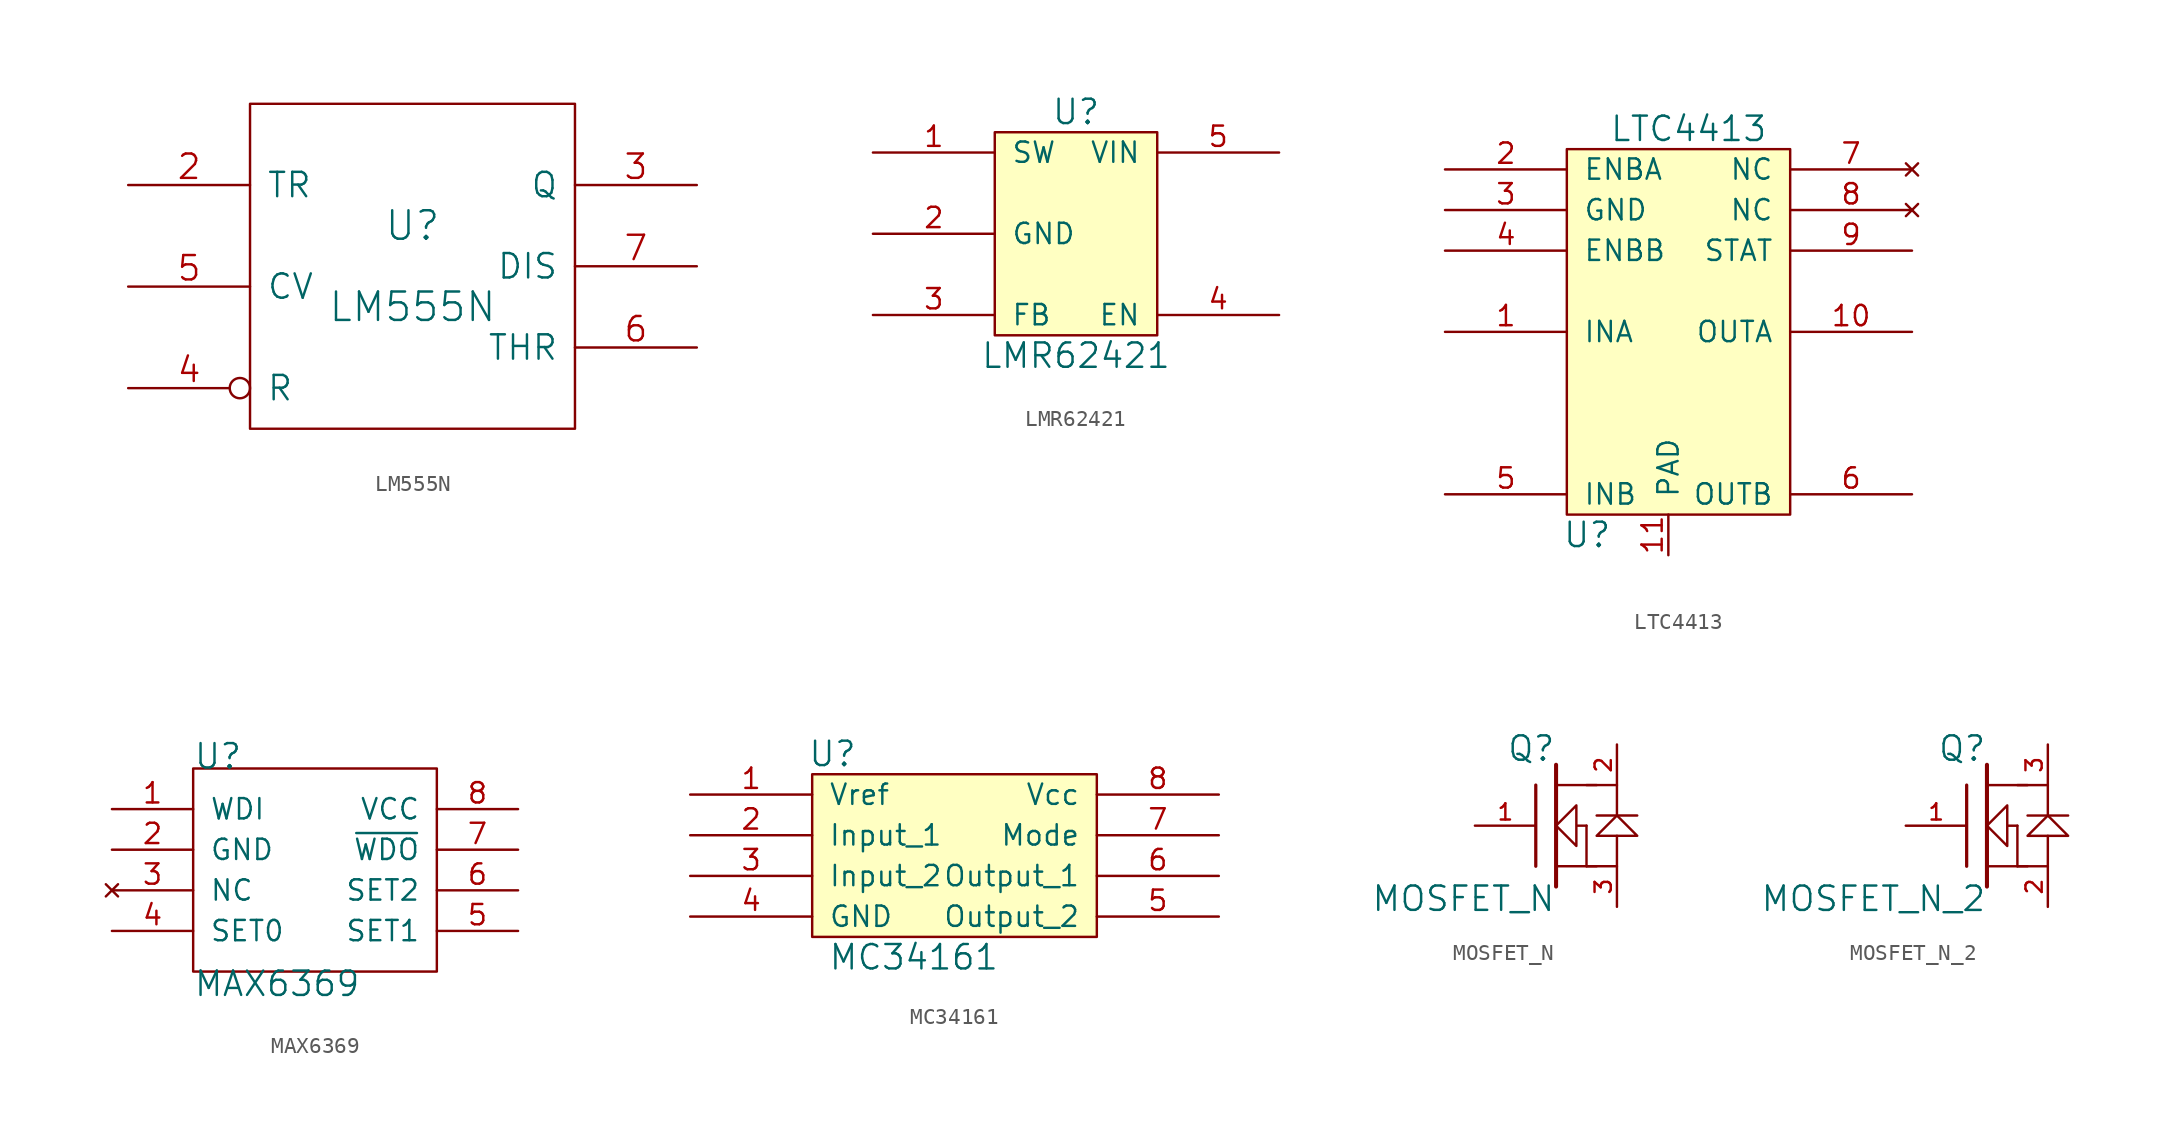
<source format=kicad_sym>
(kicad_symbol_lib
  (version 20211014)
  (generator kicad_symbol_editor)
  (symbol "LM555N"
    (pin_names
      (offset 1.016))
    (property "Reference" "U"
      (at 0 2.54 0)
      (effects (font (size 1.778 1.778))))
    (property "Value" "LM555N"
      (at 0 -2.54 0)
      (effects (font (size 1.778 1.778))))
    (property "Footprint" ""
      (at 0 0 0)
      (effects (font (size 1.524 1.524))))
    (property "Datasheet" ""
      (at 0 0 0)
      (effects (font (size 1.524 1.524))))
    (symbol "LM555N_0_0"
      (pin power_in line (at 0 -10.16 90) (length 0) hide (name "GND" (effects (font (size 1.524 1.524)))) (number "1" (effects (font (size 1.524 1.524)))))
      (pin power_in line (at 0 10.16 270) (length 0) hide (name "VCC" (effects (font (size 1.524 1.524)))) (number "8" (effects (font (size 1.524 1.524))))))
    (symbol "LM555N_0_1"
      (rectangle (start -10.16 -10.16) (end 10.16 10.16) (stroke (width 0) (type default) (color 0 0 0 0)) (fill (type none))))
    (symbol "LM555N_1_1"
      (pin input line (at -17.78 5.08 0) (length 7.62) (name "TR" (effects (font (size 1.524 1.524)))) (number "2" (effects (font (size 1.524 1.524)))))
      (pin output line (at 17.78 5.08 180) (length 7.62) (name "Q" (effects (font (size 1.524 1.524)))) (number "3" (effects (font (size 1.524 1.524)))))
      (pin input inverted (at -17.78 -7.62 0) (length 7.62) (name "R" (effects (font (size 1.524 1.524)))) (number "4" (effects (font (size 1.524 1.524)))))
      (pin input line (at -17.78 -1.27 0) (length 7.62) (name "CV" (effects (font (size 1.524 1.524)))) (number "5" (effects (font (size 1.524 1.524)))))
      (pin input line (at 17.78 -5.08 180) (length 7.62) (name "THR" (effects (font (size 1.524 1.524)))) (number "6" (effects (font (size 1.524 1.524)))))
      (pin input line (at 17.78 0 180) (length 7.62) (name "DIS" (effects (font (size 1.524 1.524)))) (number "7" (effects (font (size 1.524 1.524)))))))
  (symbol "LMR62421"
    (pin_names
      (offset 1.016))
    (property "Reference" "U"
      (at 0 7.62 0)
      (effects (font (size 1.524 1.524))))
    (property "Value" "LMR62421"
      (at 0 -7.62 0)
      (effects (font (size 1.524 1.524))))
    (property "Footprint" ""
      (at 0 0 0)
      (effects (font (size 1.524 1.524))))
    (property "Datasheet" ""
      (at 0 0 0)
      (effects (font (size 1.524 1.524))))
    (symbol "LMR62421_0_1"
      (rectangle (start 5.08 -6.35) (end -5.08 6.35) (stroke (width 0) (type default) (color 0 0 0 0)) (fill (type background))))
    (symbol "LMR62421_1_1"
      (pin power_out line (at -12.7 5.08 0) (length 7.62) (name "SW" (effects (font (size 1.27 1.27)))) (number "1" (effects (font (size 1.27 1.27)))))
      (pin power_in line (at -12.7 0 0) (length 7.62) (name "GND" (effects (font (size 1.27 1.27)))) (number "2" (effects (font (size 1.27 1.27)))))
      (pin input line (at -12.7 -5.08 0) (length 7.62) (name "FB" (effects (font (size 1.27 1.27)))) (number "3" (effects (font (size 1.27 1.27)))))
      (pin input line (at 12.7 -5.08 180) (length 7.62) (name "EN" (effects (font (size 1.27 1.27)))) (number "4" (effects (font (size 1.27 1.27)))))
      (pin input line (at 12.7 5.08 180) (length 7.62) (name "VIN" (effects (font (size 1.27 1.27)))) (number "5" (effects (font (size 1.27 1.27)))))))
  (symbol "LTC4413"
    (pin_names
      (offset 1.016))
    (property "Reference" "U"
      (at -5.08 -12.7 0)
      (effects (font (size 1.524 1.524))))
    (property "Value" "LTC4413"
      (at 1.27 12.7 0)
      (effects (font (size 1.524 1.524))))
    (property "Footprint" ""
      (at 0 -5.08 0)
      (effects (font (size 1.524 1.524))))
    (property "Datasheet" ""
      (at 0 -5.08 0)
      (effects (font (size 1.524 1.524))))
    (symbol "LTC4413_0_1"
      (rectangle (start -6.35 11.43) (end 7.62 -11.43) (stroke (width 0) (type default) (color 0 0 0 0)) (fill (type background))))
    (symbol "LTC4413_1_1"
      (pin power_in line (at -13.97 0 0) (length 7.62) (name "INA" (effects (font (size 1.27 1.27)))) (number "1" (effects (font (size 1.27 1.27)))))
      (pin power_out line (at 15.24 0 180) (length 7.62) (name "OUTA" (effects (font (size 1.27 1.27)))) (number "10" (effects (font (size 1.27 1.27)))))
      (pin power_in line (at 0 -13.97 90) (length 2.54) (name "PAD" (effects (font (size 1.27 1.27)))) (number "11" (effects (font (size 1.27 1.27)))))
      (pin input line (at -13.97 10.16 0) (length 7.62) (name "ENBA" (effects (font (size 1.27 1.27)))) (number "2" (effects (font (size 1.27 1.27)))))
      (pin power_in line (at -13.97 7.62 0) (length 7.62) (name "GND" (effects (font (size 1.27 1.27)))) (number "3" (effects (font (size 1.27 1.27)))))
      (pin input line (at -13.97 5.08 0) (length 7.62) (name "ENBB" (effects (font (size 1.27 1.27)))) (number "4" (effects (font (size 1.27 1.27)))))
      (pin power_in line (at -13.97 -10.16 0) (length 7.62) (name "INB" (effects (font (size 1.27 1.27)))) (number "5" (effects (font (size 1.27 1.27)))))
      (pin power_out line (at 15.24 -10.16 180) (length 7.62) (name "OUTB" (effects (font (size 1.27 1.27)))) (number "6" (effects (font (size 1.27 1.27)))))
      (pin no_connect line (at 15.24 10.16 180) (length 7.62) (name "NC" (effects (font (size 1.27 1.27)))) (number "7" (effects (font (size 1.27 1.27)))))
      (pin no_connect line (at 15.24 7.62 180) (length 7.62) (name "NC" (effects (font (size 1.27 1.27)))) (number "8" (effects (font (size 1.27 1.27)))))
      (pin open_collector line (at 15.24 5.08 180) (length 7.62) (name "STAT" (effects (font (size 1.27 1.27)))) (number "9" (effects (font (size 1.27 1.27)))))))
  (symbol "MAX6369"
    (pin_names
      (offset 1.016))
    (property "Reference" "U"
      (at 0 0.762 0)
      (effects (font (size 1.524 1.524)) (justify left)))
    (property "Value" "MAX6369"
      (at 0 -13.462 0)
      (effects (font (size 1.524 1.524)) (justify left)))
    (property "Footprint" ""
      (at 0 0 0)
      (effects (font (size 1.524 1.524))))
    (property "Datasheet" ""
      (at 0 0 0)
      (effects (font (size 1.524 1.524))))
    (property "ki_locked" ""
      (at 0 0 0)
      (effects (font (size 1.27 1.27))))
    (symbol "MAX6369_1_1"
      (rectangle (start 0 0) (end 15.24 -12.7) (stroke (width 0) (type default) (color 0 0 0 0)) (fill (type none)))
      (pin input line (at -5.08 -2.54 0) (length 5.08) (name "WDI" (effects (font (size 1.27 1.27)))) (number "1" (effects (font (size 1.27 1.27)))))
      (pin power_in line (at -5.08 -5.08 0) (length 5.08) (name "GND" (effects (font (size 1.27 1.27)))) (number "2" (effects (font (size 1.27 1.27)))))
      (pin no_connect line (at -5.08 -7.62 0) (length 5.08) (name "NC" (effects (font (size 1.27 1.27)))) (number "3" (effects (font (size 1.27 1.27)))))
      (pin bidirectional line (at -5.08 -10.16 0) (length 5.08) (name "SET0" (effects (font (size 1.27 1.27)))) (number "4" (effects (font (size 1.27 1.27)))))
      (pin bidirectional line (at 20.32 -10.16 180) (length 5.08) (name "SET1" (effects (font (size 1.27 1.27)))) (number "5" (effects (font (size 1.27 1.27)))))
      (pin bidirectional line (at 20.32 -7.62 180) (length 5.08) (name "SET2" (effects (font (size 1.27 1.27)))) (number "6" (effects (font (size 1.27 1.27)))))
      (pin output line (at 20.32 -5.08 180) (length 5.08) (name "~{WDO}" (effects (font (size 1.27 1.27)))) (number "7" (effects (font (size 1.27 1.27)))))
      (pin power_in line (at 20.32 -2.54 180) (length 5.08) (name "VCC" (effects (font (size 1.27 1.27)))) (number "8" (effects (font (size 1.27 1.27)))))))
  (symbol "MC34161"
    (pin_names
      (offset 1.016))
    (property "Reference" "U"
      (at -7.62 6.35 0)
      (effects (font (size 1.524 1.524))))
    (property "Value" "MC34161"
      (at -2.54 -6.35 0)
      (effects (font (size 1.524 1.524))))
    (property "Footprint" ""
      (at 0 0 0)
      (effects (font (size 1.524 1.524))))
    (property "Datasheet" ""
      (at 0 0 0)
      (effects (font (size 1.524 1.524))))
    (symbol "MC34161_0_1"
      (rectangle (start -8.89 5.08) (end 8.89 -5.08) (stroke (width 0) (type default) (color 0 0 0 0)) (fill (type background))))
    (symbol "MC34161_1_1"
      (pin output line (at -16.51 3.81 0) (length 7.62) (name "Vref" (effects (font (size 1.27 1.27)))) (number "1" (effects (font (size 1.27 1.27)))))
      (pin input line (at -16.51 1.27 0) (length 7.62) (name "Input_1" (effects (font (size 1.27 1.27)))) (number "2" (effects (font (size 1.27 1.27)))))
      (pin input line (at -16.51 -1.27 0) (length 7.62) (name "Input_2" (effects (font (size 1.27 1.27)))) (number "3" (effects (font (size 1.27 1.27)))))
      (pin input line (at -16.51 -3.81 0) (length 7.62) (name "GND" (effects (font (size 1.27 1.27)))) (number "4" (effects (font (size 1.27 1.27)))))
      (pin output line (at 16.51 -3.81 180) (length 7.62) (name "Output_2" (effects (font (size 1.27 1.27)))) (number "5" (effects (font (size 1.27 1.27)))))
      (pin output line (at 16.51 -1.27 180) (length 7.62) (name "Output_1" (effects (font (size 1.27 1.27)))) (number "6" (effects (font (size 1.27 1.27)))))
      (pin input line (at 16.51 1.27 180) (length 7.62) (name "Mode" (effects (font (size 1.27 1.27)))) (number "7" (effects (font (size 1.27 1.27)))))
      (pin power_in line (at 16.51 3.81 180) (length 7.62) (name "Vcc" (effects (font (size 1.27 1.27)))) (number "8" (effects (font (size 1.27 1.27)))))))
  (symbol "MOSFET_N"
    (pin_names
      (offset 1.016) hide)
    (property "Reference" "Q"
      (at 0 4.826 0)
      (effects (font (size 1.524 1.524)) (justify right)))
    (property "Value" "MOSFET_N"
      (at 0 -4.572 0)
      (effects (font (size 1.524 1.524)) (justify right)))
    (property "Footprint" ""
      (at 0 0 0)
      (effects (font (size 1.524 1.524))))
    (property "Datasheet" ""
      (at 0 0 0)
      (effects (font (size 1.524 1.524))))
    (symbol "MOSFET_N_0_1"
      (polyline (pts (xy -1.27 -2.54) (xy -1.27 2.54)) (stroke (width 0.203) (type default) (color 0 0 0 0)) (fill (type none)))
      (polyline (pts (xy 0 -3.81) (xy 0 3.81)) (stroke (width 0.254) (type default) (color 0 0 0 0)) (fill (type none)))
      (polyline (pts (xy 1.905 0) (xy 1.905 -2.54)) (stroke (width 0) (type default) (color 0 0 0 0)) (fill (type none)))
      (polyline (pts (xy 2.54 -2.54) (xy 0 -2.54)) (stroke (width 0) (type default) (color 0 0 0 0)) (fill (type none)))
      (polyline (pts (xy 2.54 0.635) (xy 5.08 0.635)) (stroke (width 0) (type default) (color 0 0 0 0)) (fill (type none)))
      (polyline (pts (xy 2.54 2.54) (xy 0 2.54)) (stroke (width 0) (type default) (color 0 0 0 0)) (fill (type none)))
      (polyline (pts (xy 3.81 -0.635) (xy 3.81 -2.54) (xy 1.905 -2.54)) (stroke (width 0) (type default) (color 0 0 0 0)) (fill (type none)))
      (polyline (pts (xy 3.81 0.635) (xy 3.81 2.54) (xy 1.905 2.54)) (stroke (width 0) (type default) (color 0 0 0 0)) (fill (type none)))
      (polyline (pts (xy 3.81 0.635) (xy 5.08 -0.635) (xy 2.54 -0.635) (xy 3.81 0.635)) (stroke (width 0) (type default) (color 0 0 0 0)) (fill (type none)))
      (polyline (pts (xy 1.905 0) (xy 1.27 0) (xy 1.27 1.27) (xy 0 0) (xy 1.27 -1.27) (xy 1.27 0)) (stroke (width 0) (type default) (color 0 0 0 0)) (fill (type none))))
    (symbol "MOSFET_N_1_1"
      (pin input line (at -5.08 0 0) (length 3.81) (name "G" (effects (font (size 1.016 1.016)))) (number "1" (effects (font (size 1.016 1.016)))))
      (pin passive line (at 3.81 5.08 270) (length 2.54) (name "D" (effects (font (size 1.016 1.016)))) (number "2" (effects (font (size 1.016 1.016)))))
      (pin passive line (at 3.81 -5.08 90) (length 2.54) (name "S" (effects (font (size 1.016 1.016)))) (number "3" (effects (font (size 1.016 1.016)))))))
  (symbol "MOSFET_N_2"
    (pin_names
      (offset 1.016) hide)
    (property "Reference" "Q"
      (at 0 4.826 0)
      (effects (font (size 1.524 1.524)) (justify right)))
    (property "Value" "MOSFET_N_2"
      (at 0 -4.572 0)
      (effects (font (size 1.524 1.524)) (justify right)))
    (property "Footprint" ""
      (at 0 0 0)
      (effects (font (size 1.524 1.524))))
    (property "Datasheet" ""
      (at 0 0 0)
      (effects (font (size 1.524 1.524))))
    (symbol "MOSFET_N_2_0_1"
      (polyline (pts (xy -1.27 -2.54) (xy -1.27 2.54)) (stroke (width 0.203) (type default) (color 0 0 0 0)) (fill (type none)))
      (polyline (pts (xy 0 -3.81) (xy 0 3.81)) (stroke (width 0.254) (type default) (color 0 0 0 0)) (fill (type none)))
      (polyline (pts (xy 1.905 0) (xy 1.905 -2.54)) (stroke (width 0) (type default) (color 0 0 0 0)) (fill (type none)))
      (polyline (pts (xy 2.54 -2.54) (xy 0 -2.54)) (stroke (width 0) (type default) (color 0 0 0 0)) (fill (type none)))
      (polyline (pts (xy 2.54 0.635) (xy 5.08 0.635)) (stroke (width 0) (type default) (color 0 0 0 0)) (fill (type none)))
      (polyline (pts (xy 2.54 2.54) (xy 0 2.54)) (stroke (width 0) (type default) (color 0 0 0 0)) (fill (type none)))
      (polyline (pts (xy 3.81 -0.635) (xy 3.81 -2.54) (xy 1.905 -2.54)) (stroke (width 0) (type default) (color 0 0 0 0)) (fill (type none)))
      (polyline (pts (xy 3.81 0.635) (xy 3.81 2.54) (xy 1.905 2.54)) (stroke (width 0) (type default) (color 0 0 0 0)) (fill (type none)))
      (polyline (pts (xy 3.81 0.635) (xy 5.08 -0.635) (xy 2.54 -0.635) (xy 3.81 0.635)) (stroke (width 0) (type default) (color 0 0 0 0)) (fill (type none)))
      (polyline (pts (xy 1.905 0) (xy 1.27 0) (xy 1.27 1.27) (xy 0 0) (xy 1.27 -1.27) (xy 1.27 0)) (stroke (width 0) (type default) (color 0 0 0 0)) (fill (type none))))
    (symbol "MOSFET_N_2_1_1"
      (pin input line (at -5.08 0 0) (length 3.81) (name "G" (effects (font (size 1.016 1.016)))) (number "1" (effects (font (size 1.016 1.016)))))
      (pin passive line (at 3.81 -5.08 90) (length 2.54) (name "S" (effects (font (size 1.016 1.016)))) (number "2" (effects (font (size 1.016 1.016)))))
      (pin passive line (at 3.81 5.08 270) (length 2.54) (name "D" (effects (font (size 1.016 1.016)))) (number "3" (effects (font (size 1.016 1.016))))))))
</source>
